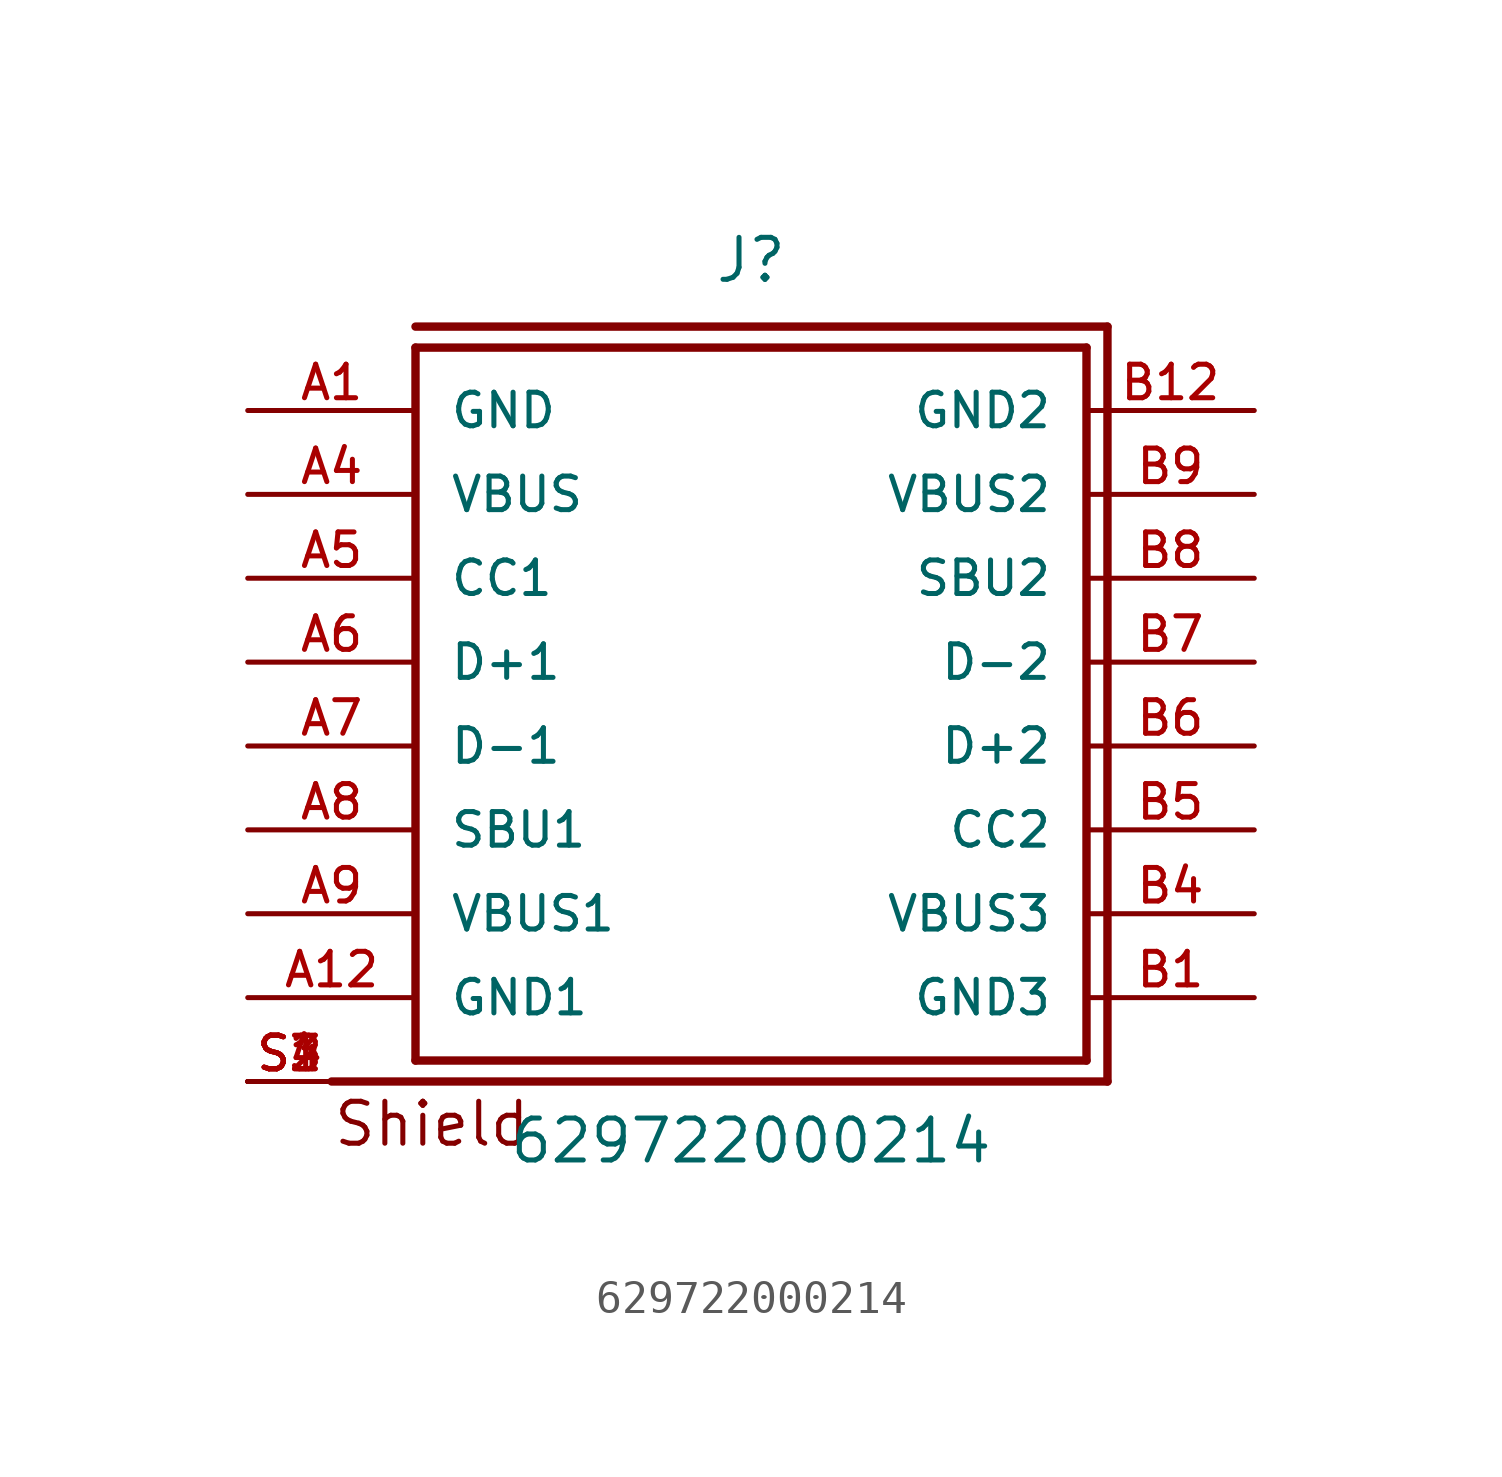
<source format=kicad_sym>
(kicad_symbol_lib
  (version 20211014)
  (generator kicad_symbol_editor)
  (symbol "629722000214"
    (pin_names
      (offset 1.016))
    (property "Reference" "J"
      (at 0.0 11.43 0)
      (effects (font (size 1.27 1.27)) (justify bottom)))
    (property "Value" "629722000214"
      (at 0.0 -15.24 0)
      (effects (font (size 1.27 1.27)) (justify bottom)))
    (symbol "629722000214_0_0"
      (polyline (pts (xy -10.16 9.525) (xy 10.16 9.525)) (stroke (width 0.254)))
      (polyline (pts (xy 10.16 9.525) (xy 10.16 -12.065)) (stroke (width 0.254)))
      (polyline (pts (xy 10.16 -12.065) (xy -10.16 -12.065)) (stroke (width 0.254)))
      (polyline (pts (xy -10.16 -12.065) (xy -10.16 9.525)) (stroke (width 0.254)))
      (polyline (pts (xy -10.16 10.16) (xy 10.795 10.16)) (stroke (width 0.254)))
      (polyline (pts (xy 10.795 10.16) (xy 10.795 -12.7)) (stroke (width 0.254)))
      (polyline (pts (xy -12.7 -12.7) (xy 10.795 -12.7)) (stroke (width 0.254)))
      (text "Shield" (at -12.7 -14.732 0) (effects (font (size 1.27 1.27)) (justify bottom left)))
      (pin passive line (at -15.24 7.62 0) (length 5.08) (name "GND" (effects (font (size 1.016 1.016)))) (number "A1" (effects (font (size 1.016 1.016)))))
      (pin passive line (at -15.24 5.08 0) (length 5.08) (name "VBUS" (effects (font (size 1.016 1.016)))) (number "A4" (effects (font (size 1.016 1.016)))))
      (pin passive line (at -15.24 2.54 0) (length 5.08) (name "CC1" (effects (font (size 1.016 1.016)))) (number "A5" (effects (font (size 1.016 1.016)))))
      (pin passive line (at -15.24 0.0 0) (length 5.08) (name "D+1" (effects (font (size 1.016 1.016)))) (number "A6" (effects (font (size 1.016 1.016)))))
      (pin passive line (at -15.24 -2.54 0) (length 5.08) (name "D-1" (effects (font (size 1.016 1.016)))) (number "A7" (effects (font (size 1.016 1.016)))))
      (pin passive line (at -15.24 -5.08 0) (length 5.08) (name "SBU1" (effects (font (size 1.016 1.016)))) (number "A8" (effects (font (size 1.016 1.016)))))
      (pin passive line (at -15.24 -7.62 0) (length 5.08) (name "VBUS1" (effects (font (size 1.016 1.016)))) (number "A9" (effects (font (size 1.016 1.016)))))
      (pin passive line (at -15.24 -10.16 0) (length 5.08) (name "GND1" (effects (font (size 1.016 1.016)))) (number "A12" (effects (font (size 1.016 1.016)))))
      (pin passive line (at 15.24 7.62 180.0) (length 5.08) (name "GND2" (effects (font (size 1.016 1.016)))) (number "B12" (effects (font (size 1.016 1.016)))))
      (pin passive line (at 15.24 5.08 180.0) (length 5.08) (name "VBUS2" (effects (font (size 1.016 1.016)))) (number "B9" (effects (font (size 1.016 1.016)))))
      (pin passive line (at 15.24 2.54 180.0) (length 5.08) (name "SBU2" (effects (font (size 1.016 1.016)))) (number "B8" (effects (font (size 1.016 1.016)))))
      (pin passive line (at 15.24 -5.08 180.0) (length 5.08) (name "CC2" (effects (font (size 1.016 1.016)))) (number "B5" (effects (font (size 1.016 1.016)))))
      (pin passive line (at 15.24 -7.62 180.0) (length 5.08) (name "VBUS3" (effects (font (size 1.016 1.016)))) (number "B4" (effects (font (size 1.016 1.016)))))
      (pin passive line (at 15.24 -10.16 180.0) (length 5.08) (name "GND3" (effects (font (size 1.016 1.016)))) (number "B1" (effects (font (size 1.016 1.016)))))
      (pin passive line (at -15.24 -12.7 0) (length 2.54) (name "~" (effects (font (size 1.016 1.016)))) (number "S1" (effects (font (size 1.016 1.016)))))
      (pin passive line (at -15.24 -12.7 0) (length 2.54) (name "~" (effects (font (size 1.016 1.016)))) (number "S2" (effects (font (size 1.016 1.016)))))
      (pin passive line (at -15.24 -12.7 0) (length 2.54) (name "~" (effects (font (size 1.016 1.016)))) (number "S3" (effects (font (size 1.016 1.016)))))
      (pin passive line (at -15.24 -12.7 0) (length 2.54) (name "~" (effects (font (size 1.016 1.016)))) (number "S4" (effects (font (size 1.016 1.016)))))
      (pin passive line (at 15.24 0.0 180.0) (length 5.08) (name "D-2" (effects (font (size 1.016 1.016)))) (number "B7" (effects (font (size 1.016 1.016)))))
      (pin passive line (at 15.24 -2.54 180.0) (length 5.08) (name "D+2" (effects (font (size 1.016 1.016)))) (number "B6" (effects (font (size 1.016 1.016))))))))
</source>
